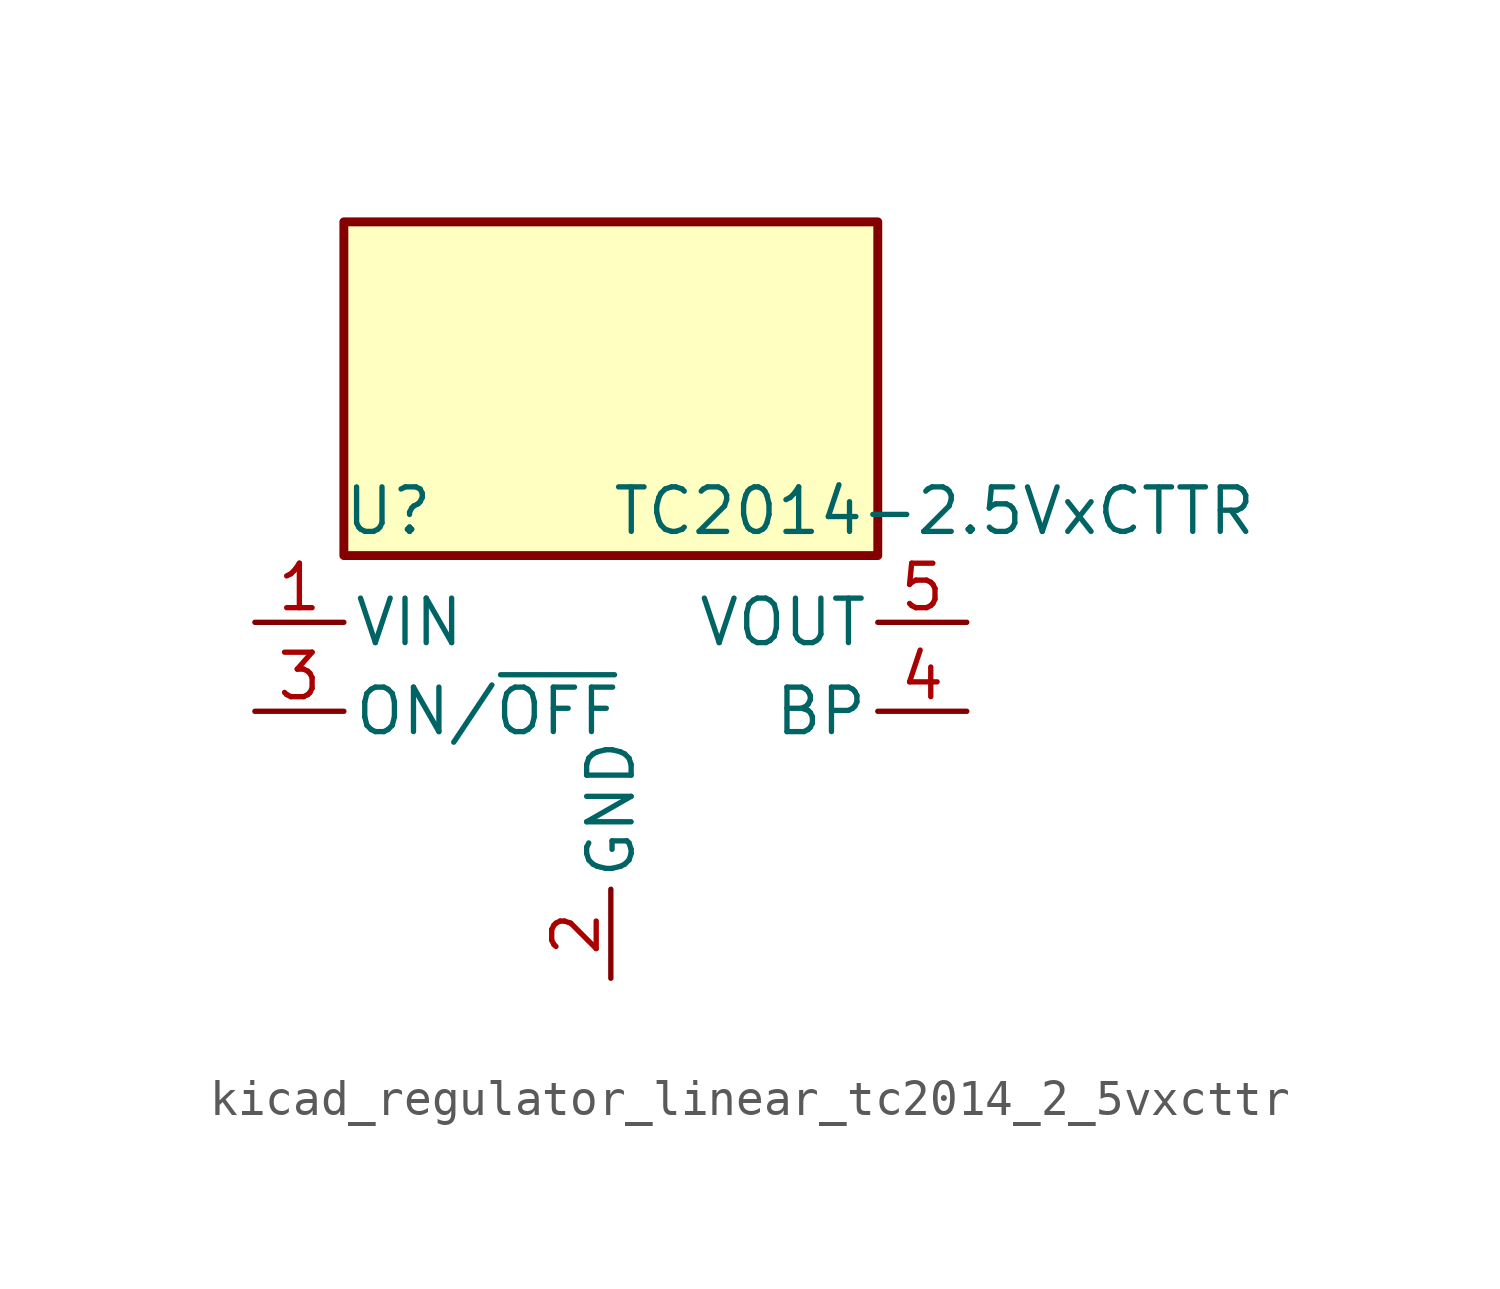
<source format=kicad_sym>
(kicad_symbol_lib
  (version 20220914)
  (generator kicad_symbol_editor)
  (symbol "kicad_regulator_linear_tc2014_2_5vxcttr"
    (pin_names
      (offset 0.254))
    (property "Reference" "U"
      (at -6.35 5.715 0)
      (effects (font (size 1.27 1.27))))
    (property "Value" "TC2014-2.5VxCTTR"
      (at 0 5.715 0)
      (effects (font (size 1.27 1.27)) (justify left)))
    (symbol "kicad_regulator_linear_tc2014_2_5vxcttr_0_1"
      (rectangle (start 7.62 13.97) (end -7.62 4.445) (stroke (width 0.254) (type default)) (fill (type background))))
    (symbol "kicad_regulator_linear_tc2014_2_5vxcttr_1_1"
      (pin power_in line (at -10.16 2.54 0) (length 2.54) (name "VIN" (effects (font (size 1.27 1.27)))) (number "1" (effects (font (size 1.27 1.27)))))
      (pin power_in line (at 0 -7.62 90) (length 2.54) (name "GND" (effects (font (size 1.27 1.27)))) (number "2" (effects (font (size 1.27 1.27)))))
      (pin input line (at -10.16 0 0) (length 2.54) (name "ON/~{OFF}" (effects (font (size 1.27 1.27)))) (number "3" (effects (font (size 1.27 1.27)))))
      (pin input line (at 10.16 0 180) (length 2.54) (name "BP" (effects (font (size 1.27 1.27)))) (number "4" (effects (font (size 1.27 1.27)))))
      (pin power_out line (at 10.16 2.54 180) (length 2.54) (name "VOUT" (effects (font (size 1.27 1.27)))) (number "5" (effects (font (size 1.27 1.27))))))))
</source>
